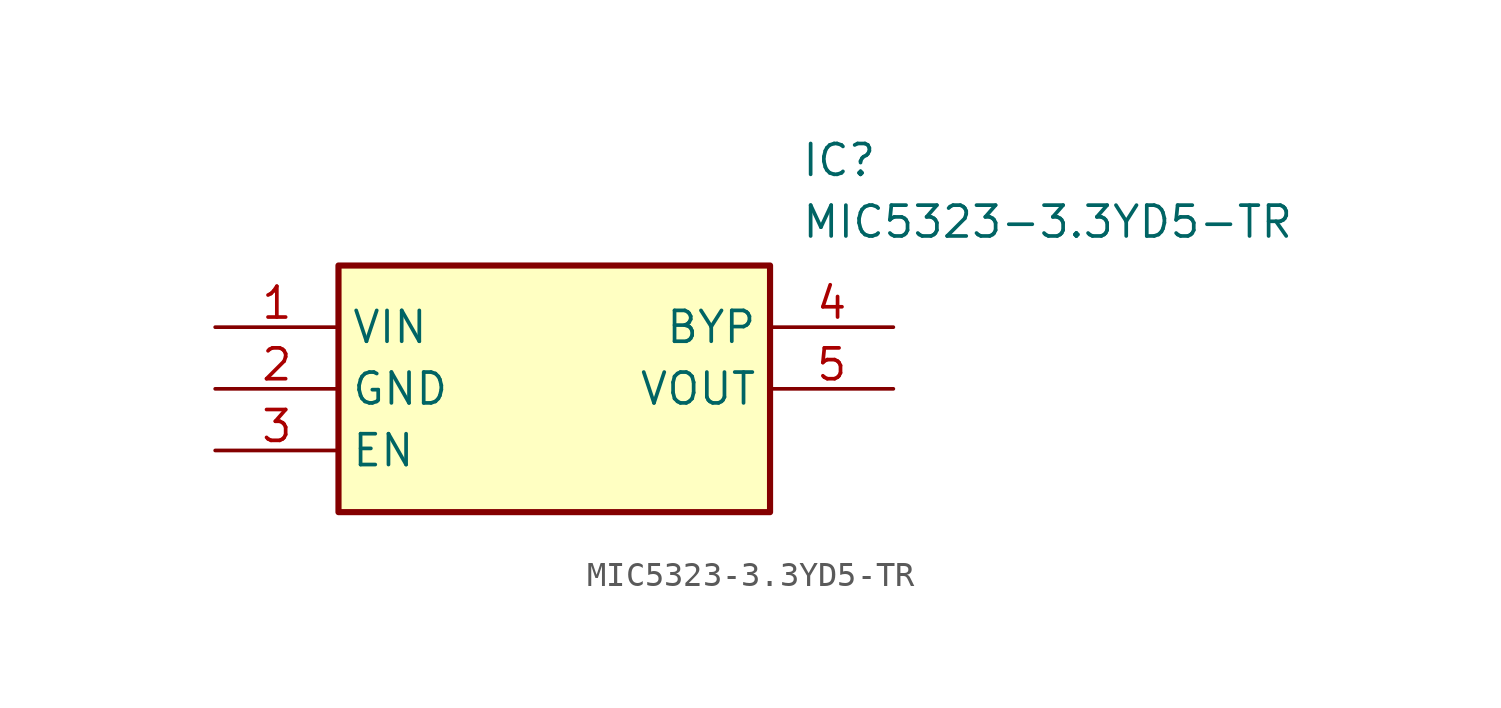
<source format=kicad_sym>
(kicad_symbol_lib
  (version 20211014)
  (generator SamacSys_ECAD_Model)
  (symbol "MIC5323-3.3YD5-TR"
    (property "Reference" "IC"
      (at 24.13 7.62 0)
      (effects (font (size 1.27 1.27)) (justify left top)))
    (property "Value" "MIC5323-3.3YD5-TR"
      (at 24.13 5.08 0)
      (effects (font (size 1.27 1.27)) (justify left top)))
    (rectangle
      (start 5.08 2.54)
      (end 22.86 -7.62)
      (stroke (width 0.254) (type default))
      (fill (type background)))
    (pin passive line
      (at 0 0 0)
      (length 5.08)
      (name "VIN" (effects (font (size 1.27 1.27))))
      (number "1" (effects (font (size 1.27 1.27)))))
    (pin passive line
      (at 0 -2.54 0)
      (length 5.08)
      (name "GND" (effects (font (size 1.27 1.27))))
      (number "2" (effects (font (size 1.27 1.27)))))
    (pin passive line
      (at 0 -5.08 0)
      (length 5.08)
      (name "EN" (effects (font (size 1.27 1.27))))
      (number "3" (effects (font (size 1.27 1.27)))))
    (pin passive line
      (at 27.94 0 180)
      (length 5.08)
      (name "BYP" (effects (font (size 1.27 1.27))))
      (number "4" (effects (font (size 1.27 1.27)))))
    (pin passive line
      (at 27.94 -2.54 180)
      (length 5.08)
      (name "VOUT" (effects (font (size 1.27 1.27))))
      (number "5" (effects (font (size 1.27 1.27)))))))
</source>
